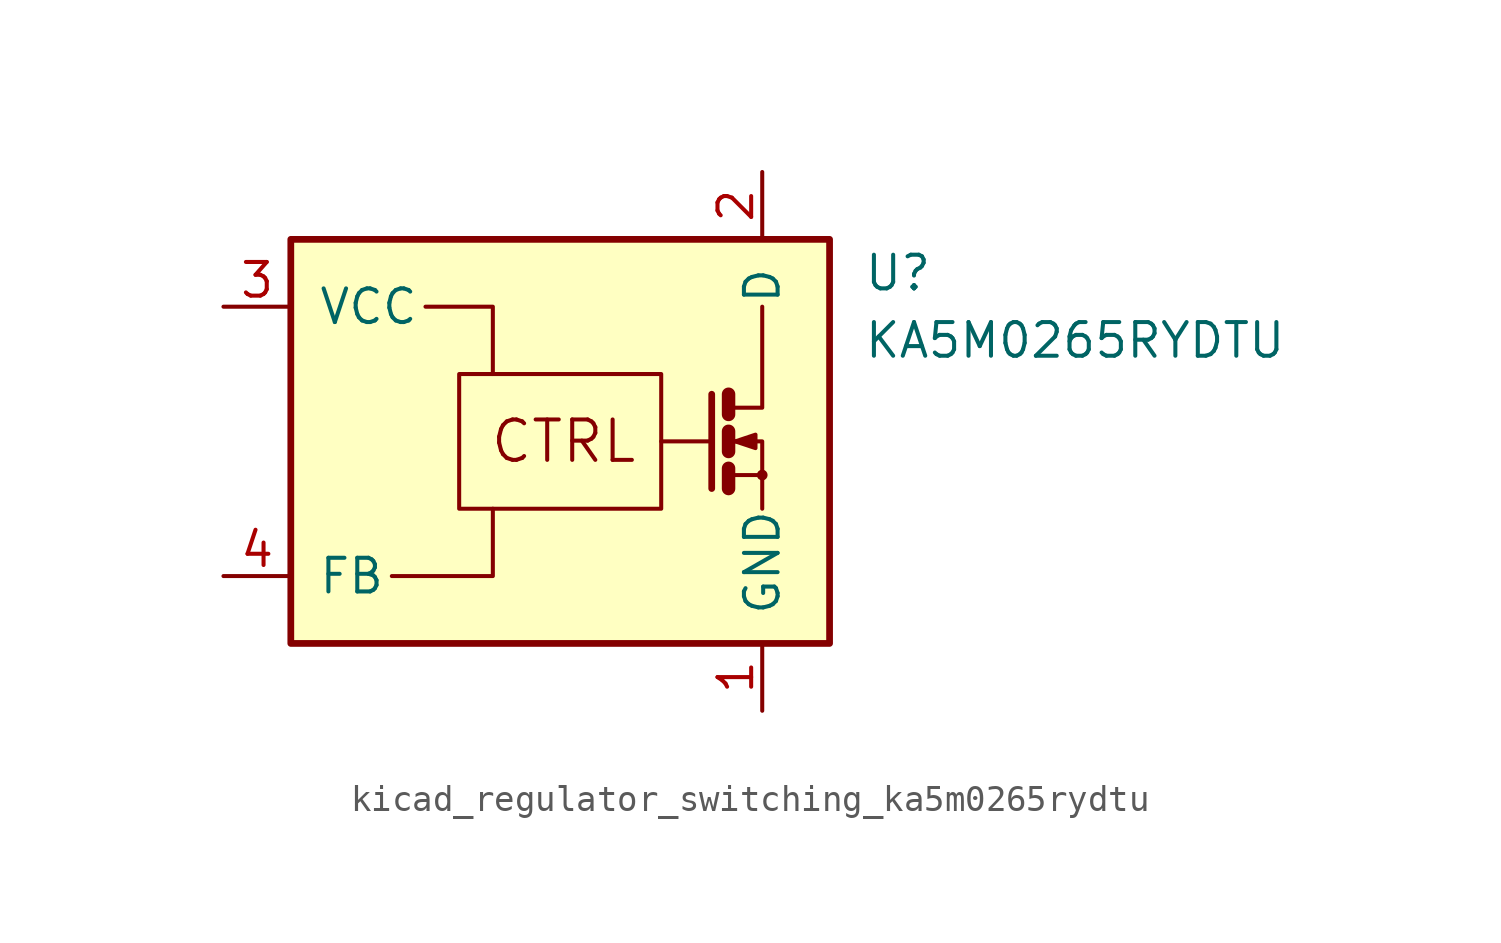
<source format=kicad_sym>
(kicad_symbol_lib
  (version 20220914)
  (generator kicad_symbol_editor)
  (symbol "kicad_regulator_switching_ka5m0265rydtu"
    (pin_names
      (offset 1.016))
    (property "Reference" "U"
      (at 11.43 6.35 0)
      (effects (font (size 1.27 1.27)) (justify left)))
    (property "Value" "KA5M0265RYDTU"
      (at 11.43 3.81 0)
      (effects (font (size 1.27 1.27)) (justify left)))
    (symbol "kicad_regulator_switching_ka5m0265rydtu_0_0"
      (rectangle (start -10.16 7.62) (end 10.16 -7.62) (stroke (width 0.254) (type default)) (fill (type background)))
      (rectangle (start -3.81 2.54) (end 3.81 -2.54) (stroke (width 0) (type default)) (fill (type none)))
      (polyline (pts (xy 3.81 0) (xy 5.715 0)) (stroke (width 0) (type default)) (fill (type none)))
      (polyline (pts (xy 5.715 1.778) (xy 5.715 -1.778)) (stroke (width 0.254) (type default)) (fill (type none)))
      (polyline (pts (xy 6.35 -1.27) (xy 7.62 -1.27)) (stroke (width 0) (type default)) (fill (type none)))
      (polyline (pts (xy 6.35 -1.016) (xy 6.35 -1.778)) (stroke (width 0.508) (type default)) (fill (type none)))
      (polyline (pts (xy 6.35 0.381) (xy 6.35 -0.381)) (stroke (width 0.508) (type default)) (fill (type none)))
      (polyline (pts (xy 6.35 1.778) (xy 6.35 1.016)) (stroke (width 0.508) (type default)) (fill (type none)))
      (polyline (pts (xy -6.35 -5.08) (xy -2.54 -5.08) (xy -2.54 -2.54)) (stroke (width 0) (type default)) (fill (type none)))
      (polyline (pts (xy -5.08 5.08) (xy -2.54 5.08) (xy -2.54 2.54)) (stroke (width 0) (type default)) (fill (type none)))
      (polyline (pts (xy 6.35 1.27) (xy 7.62 1.27) (xy 7.62 5.08)) (stroke (width 0) (type default)) (fill (type none)))
      (polyline (pts (xy 7.62 -2.54) (xy 7.62 0) (xy 6.35 0)) (stroke (width 0) (type default)) (fill (type none)))
      (polyline (pts (xy 6.604 0) (xy 7.366 0.254) (xy 7.366 -0.254) (xy 6.604 0)) (stroke (width 0) (type default)) (fill (type outline)))
      (circle (center 7.62 -1.27) (radius 0.127) (stroke (width 0) (type default)) (fill (type none)))
      (text "CTRL" (at 0.127 0 0) (effects (font (size 1.524 1.524)))))
    (symbol "kicad_regulator_switching_ka5m0265rydtu_1_1"
      (pin power_in line (at 7.62 -10.16 90) (length 2.54) (name "GND" (effects (font (size 1.27 1.27)))) (number "1" (effects (font (size 1.27 1.27)))))
      (pin passive line (at 7.62 10.16 270) (length 2.54) (name "D" (effects (font (size 1.27 1.27)))) (number "2" (effects (font (size 1.27 1.27)))))
      (pin power_in line (at -12.7 5.08 0) (length 2.54) (name "VCC" (effects (font (size 1.27 1.27)))) (number "3" (effects (font (size 1.27 1.27)))))
      (pin passive line (at -12.7 -5.08 0) (length 2.54) (name "FB" (effects (font (size 1.27 1.27)))) (number "4" (effects (font (size 1.27 1.27))))))))
</source>
